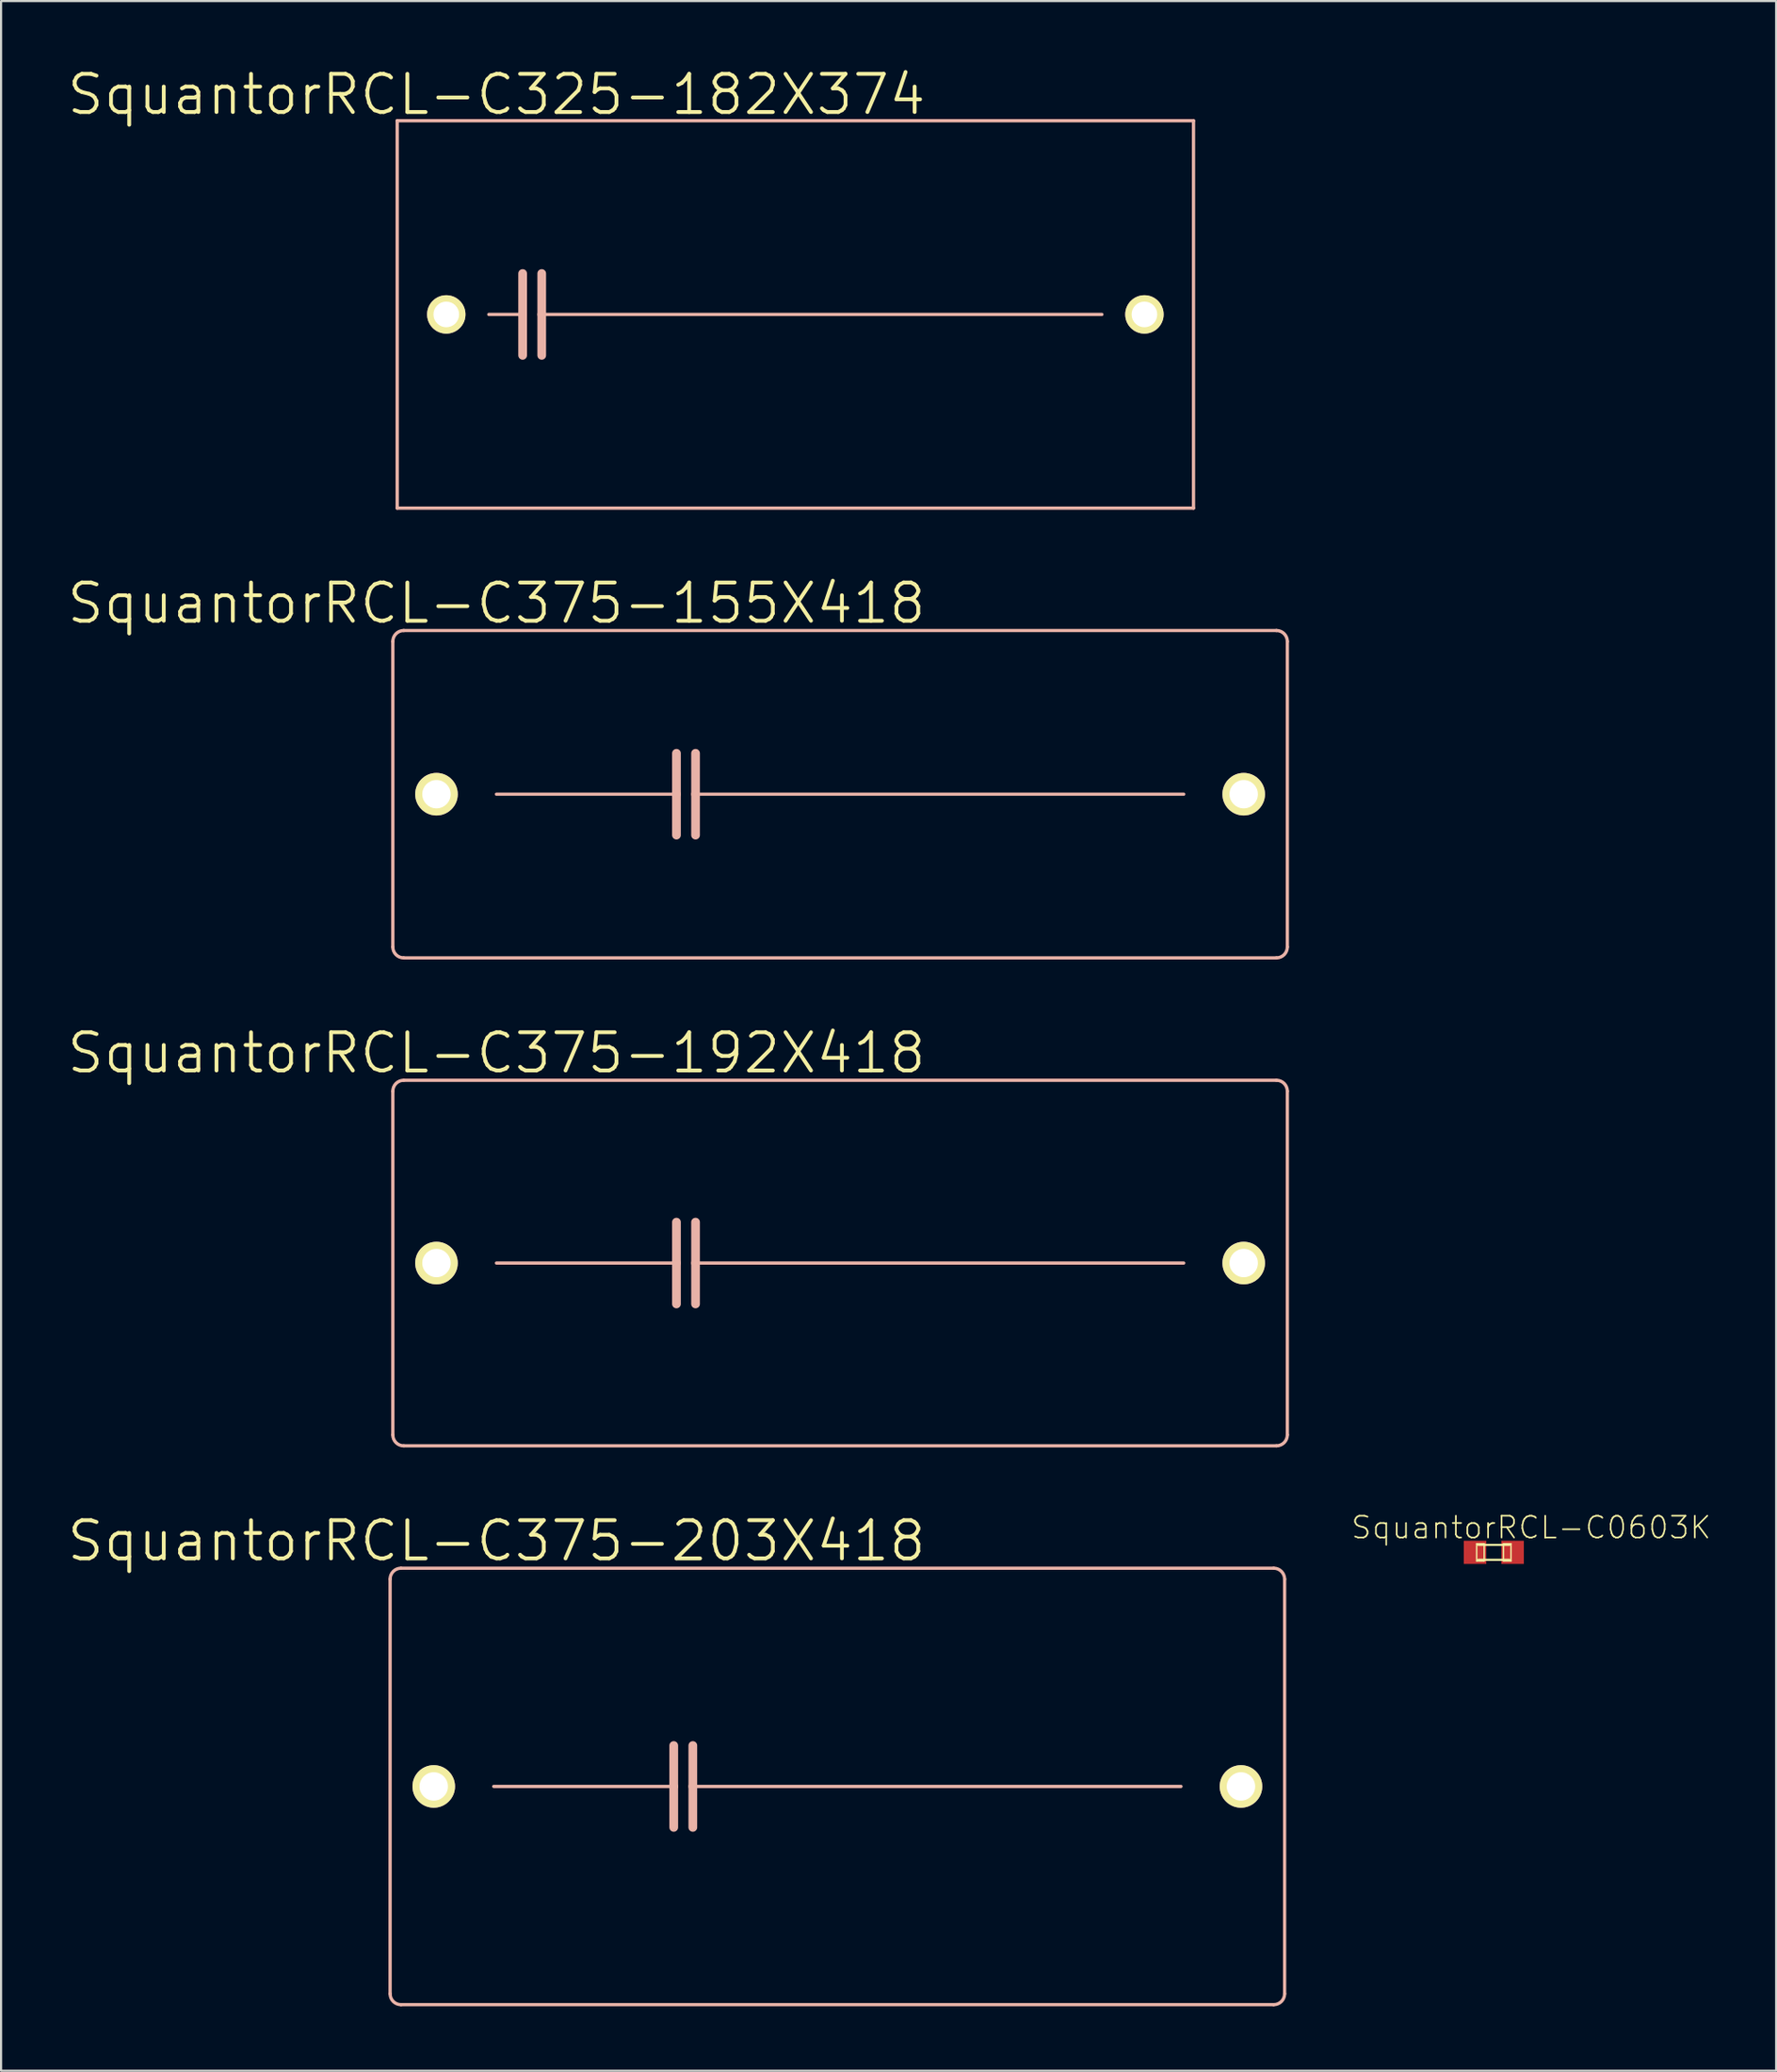
<source format=kicad_pcb>
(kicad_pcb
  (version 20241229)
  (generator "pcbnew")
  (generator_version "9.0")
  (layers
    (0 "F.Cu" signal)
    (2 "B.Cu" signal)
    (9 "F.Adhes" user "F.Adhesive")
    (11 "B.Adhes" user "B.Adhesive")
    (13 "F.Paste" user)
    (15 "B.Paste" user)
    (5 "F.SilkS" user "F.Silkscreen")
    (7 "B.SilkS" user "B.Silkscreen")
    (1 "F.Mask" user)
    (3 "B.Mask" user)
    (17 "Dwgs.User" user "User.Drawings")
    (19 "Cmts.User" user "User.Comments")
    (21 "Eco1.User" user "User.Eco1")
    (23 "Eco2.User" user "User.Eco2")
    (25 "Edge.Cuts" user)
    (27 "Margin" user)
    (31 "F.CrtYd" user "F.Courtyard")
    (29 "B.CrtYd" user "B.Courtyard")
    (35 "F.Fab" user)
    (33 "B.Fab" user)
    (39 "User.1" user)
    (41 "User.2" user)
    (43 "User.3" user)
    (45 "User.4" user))
  (footprint "SquantorRCL-C325-182X374"
    (layer "F.Cu")
    (at 33.989 11.588)
    (property "Reference" "SquantorRCL-C325-182X374" (at -13.919 -10.236 0) (layer "F.SilkS") (effects (font (size 1.778 1.778) (thickness 0.178))))
    (attr exclude_from_pos_files exclude_from_bom)
    (fp_line (start -18.542 -9.017) (end -18.542 9.017) (stroke (width 0.152) (type solid)) (layer "B.SilkS"))
    (fp_line (start -18.542 9.017) (end 18.542 9.017) (stroke (width 0.152) (type solid)) (layer "B.SilkS"))
    (fp_line (start -14.275 0) (end -12.7 0) (stroke (width 0.152) (type solid)) (layer "B.SilkS"))
    (fp_line (start -12.7 -1.905) (end -12.7 0) (stroke (width 0.406) (type solid)) (layer "B.SilkS"))
    (fp_line (start -12.7 0) (end -12.7 1.905) (stroke (width 0.406) (type solid)) (layer "B.SilkS"))
    (fp_line (start -11.811 -1.905) (end -11.811 0) (stroke (width 0.406) (type solid)) (layer "B.SilkS"))
    (fp_line (start -11.811 0) (end -11.811 1.905) (stroke (width 0.406) (type solid)) (layer "B.SilkS"))
    (fp_line (start -11.811 0) (end 14.275 0) (stroke (width 0.152) (type solid)) (layer "B.SilkS"))
    (fp_line (start 18.542 -9.017) (end -18.542 -9.017) (stroke (width 0.152) (type solid)) (layer "B.SilkS"))
    (fp_line (start 18.542 -9.017) (end 18.542 9.017) (stroke (width 0.152) (type solid)) (layer "B.SilkS"))
    (pad "1" thru_hole circle (at -16.256 0) (size 1.788 1.788) (drill 1.194) (layers "*.Cu" "F.Mask" "F.SilkS" "F.Paste"))
    (pad "2" thru_hole circle (at 16.256 0) (size 1.788 1.788) (drill 1.194) (layers "*.Cu" "F.Mask" "F.SilkS" "F.Paste")))
  (footprint "SquantorRCL-C375-192X418"
    (layer "F.Cu")
    (at 36.072 55.751)
    (property "Reference" "SquantorRCL-C375-192X418" (at -16.002 -9.779 0) (layer "F.SilkS") (effects (font (size 1.778 1.778) (thickness 0.178))))
    (attr exclude_from_pos_files exclude_from_bom)
    (fp_line (start -20.828 8.001) (end -20.828 -8.001) (stroke (width 0.152) (type solid)) (layer "B.SilkS"))
    (fp_line (start -20.32 -8.509) (end 20.32 -8.509) (stroke (width 0.152) (type solid)) (layer "B.SilkS"))
    (fp_line (start -16.002 0) (end -7.62 0) (stroke (width 0.152) (type solid)) (layer "B.SilkS"))
    (fp_line (start -7.62 -1.905) (end -7.62 0) (stroke (width 0.406) (type solid)) (layer "B.SilkS"))
    (fp_line (start -7.62 0) (end -7.62 1.905) (stroke (width 0.406) (type solid)) (layer "B.SilkS"))
    (fp_line (start -6.731 -1.905) (end -6.731 0) (stroke (width 0.406) (type solid)) (layer "B.SilkS"))
    (fp_line (start -6.731 0) (end -6.731 1.905) (stroke (width 0.406) (type solid)) (layer "B.SilkS"))
    (fp_line (start -6.731 0) (end 16.002 0) (stroke (width 0.152) (type solid)) (layer "B.SilkS"))
    (fp_line (start 20.32 8.509) (end -20.32 8.509) (stroke (width 0.152) (type solid)) (layer "B.SilkS"))
    (fp_line (start 20.828 -8.001) (end 20.828 8.001) (stroke (width 0.152) (type solid)) (layer "B.SilkS"))
    (fp_arc (start -20.828 -8.001) (mid -20.67921 -8.36021) (end -20.32 -8.509) (stroke (width 0.1524) (type solid)) (layer "B.SilkS"))
    (fp_arc (start -20.32 8.509) (mid -20.67921 8.36021) (end -20.828 8.001) (stroke (width 0.1524) (type solid)) (layer "B.SilkS"))
    (fp_arc (start 20.32 -8.509) (mid 20.67921 -8.36021) (end 20.828 -8.001) (stroke (width 0.1524) (type solid)) (layer "B.SilkS"))
    (fp_arc (start 20.828 8.001) (mid 20.67921 8.36021) (end 20.32 8.509) (stroke (width 0.1524) (type solid)) (layer "B.SilkS"))
    (pad "1" thru_hole circle (at -18.796 0) (size 1.981 1.981) (drill 1.321) (layers "*.Cu" "F.Mask" "F.SilkS" "F.Paste"))
    (pad "2" thru_hole circle (at 18.796 0) (size 1.981 1.981) (drill 1.321) (layers "*.Cu" "F.Mask" "F.SilkS" "F.Paste")))
  (footprint "SquantorRCL-C375-155X418"
    (layer "F.Cu")
    (at 36.072 33.924)
    (property "Reference" "SquantorRCL-C375-155X418" (at -16.002 -8.89 0) (layer "F.SilkS") (effects (font (size 1.778 1.778) (thickness 0.178))))
    (attr exclude_from_pos_files exclude_from_bom)
    (fp_line (start -20.828 7.112) (end -20.828 -7.112) (stroke (width 0.152) (type solid)) (layer "B.SilkS"))
    (fp_line (start -20.32 -7.62) (end 20.32 -7.62) (stroke (width 0.152) (type solid)) (layer "B.SilkS"))
    (fp_line (start -16.002 0) (end -7.62 0) (stroke (width 0.152) (type solid)) (layer "B.SilkS"))
    (fp_line (start -7.62 -1.905) (end -7.62 0) (stroke (width 0.406) (type solid)) (layer "B.SilkS"))
    (fp_line (start -7.62 0) (end -7.62 1.905) (stroke (width 0.406) (type solid)) (layer "B.SilkS"))
    (fp_line (start -6.731 -1.905) (end -6.731 0) (stroke (width 0.406) (type solid)) (layer "B.SilkS"))
    (fp_line (start -6.731 0) (end -6.731 1.905) (stroke (width 0.406) (type solid)) (layer "B.SilkS"))
    (fp_line (start -6.731 0) (end 16.002 0) (stroke (width 0.152) (type solid)) (layer "B.SilkS"))
    (fp_line (start 20.32 7.62) (end -20.32 7.62) (stroke (width 0.152) (type solid)) (layer "B.SilkS"))
    (fp_line (start 20.828 -7.112) (end 20.828 7.112) (stroke (width 0.152) (type solid)) (layer "B.SilkS"))
    (fp_arc (start -20.828 -7.112) (mid -20.67921 -7.47121) (end -20.32 -7.62) (stroke (width 0.1524) (type solid)) (layer "B.SilkS"))
    (fp_arc (start -20.32 7.62) (mid -20.67921 7.47121) (end -20.828 7.112) (stroke (width 0.1524) (type solid)) (layer "B.SilkS"))
    (fp_arc (start 20.32 -7.62) (mid 20.67921 -7.47121) (end 20.828 -7.112) (stroke (width 0.1524) (type solid)) (layer "B.SilkS"))
    (fp_arc (start 20.828 7.112) (mid 20.67921 7.47121) (end 20.32 7.62) (stroke (width 0.1524) (type solid)) (layer "B.SilkS"))
    (pad "1" thru_hole circle (at -18.796 0) (size 1.981 1.981) (drill 1.321) (layers "*.Cu" "F.Mask" "F.SilkS" "F.Paste"))
    (pad "2" thru_hole circle (at 18.796 0) (size 1.981 1.981) (drill 1.321) (layers "*.Cu" "F.Mask" "F.SilkS" "F.Paste")))
  (footprint "SquantorRCL-C0603K"
    (layer "F.Cu")
    (at 66.516 69.22)
    (property "Reference" "SquantorRCL-C0603K" (at 1.74 -1.156 0) (layer "F.SilkS") (effects (font (size 1.016 1.016) (thickness 0.076))))
    (attr smd)
    (fp_line (start -0.798 -0.399) (end -0.45 -0.399) (stroke (width 0.066) (type solid)) (layer "F.SilkS"))
    (fp_line (start -0.798 0.399) (end -0.798 -0.399) (stroke (width 0.066) (type solid)) (layer "F.SilkS"))
    (fp_line (start -0.798 0.399) (end -0.45 0.399) (stroke (width 0.066) (type solid)) (layer "F.SilkS"))
    (fp_line (start -0.724 -0.348) (end 0.724 -0.348) (stroke (width 0.102) (type solid)) (layer "F.SilkS"))
    (fp_line (start -0.45 0.399) (end -0.45 -0.399) (stroke (width 0.066) (type solid)) (layer "F.SilkS"))
    (fp_line (start 0.45 -0.399) (end 0.798 -0.399) (stroke (width 0.066) (type solid)) (layer "F.SilkS"))
    (fp_line (start 0.45 0.399) (end 0.45 -0.399) (stroke (width 0.066) (type solid)) (layer "F.SilkS"))
    (fp_line (start 0.45 0.399) (end 0.798 0.399) (stroke (width 0.066) (type solid)) (layer "F.SilkS"))
    (fp_line (start 0.724 0.348) (end -0.724 0.348) (stroke (width 0.102) (type solid)) (layer "F.SilkS"))
    (fp_line (start 0.798 0.399) (end 0.798 -0.399) (stroke (width 0.066) (type solid)) (layer "F.SilkS"))
    (pad "1" smd rect (at -0.874 0) (size 1.049 1.079) (layers "F.Cu" "F.Mask" "F.Paste"))
    (pad "2" smd rect (at 0.874 0) (size 1.049 1.079) (layers "F.Cu" "F.Mask" "F.Paste")))
  (footprint "SquantorRCL-C375-203X418"
    (layer "F.Cu")
    (at 35.945 80.118)
    (property "Reference" "SquantorRCL-C375-203X418" (at -15.875 -11.43 0) (layer "F.SilkS") (effects (font (size 1.778 1.778) (thickness 0.178))))
    (attr exclude_from_pos_files exclude_from_bom)
    (fp_line (start -20.828 9.652) (end -20.828 -9.652) (stroke (width 0.152) (type solid)) (layer "B.SilkS"))
    (fp_line (start -20.32 -10.16) (end 20.32 -10.16) (stroke (width 0.152) (type solid)) (layer "B.SilkS"))
    (fp_line (start -16.002 0) (end -7.62 0) (stroke (width 0.152) (type solid)) (layer "B.SilkS"))
    (fp_line (start -7.62 -1.905) (end -7.62 0) (stroke (width 0.406) (type solid)) (layer "B.SilkS"))
    (fp_line (start -7.62 0) (end -7.62 1.905) (stroke (width 0.406) (type solid)) (layer "B.SilkS"))
    (fp_line (start -6.731 -1.905) (end -6.731 0) (stroke (width 0.406) (type solid)) (layer "B.SilkS"))
    (fp_line (start -6.731 0) (end -6.731 1.905) (stroke (width 0.406) (type solid)) (layer "B.SilkS"))
    (fp_line (start -6.731 0) (end 16.002 0) (stroke (width 0.152) (type solid)) (layer "B.SilkS"))
    (fp_line (start 20.32 10.16) (end -20.32 10.16) (stroke (width 0.152) (type solid)) (layer "B.SilkS"))
    (fp_line (start 20.828 -9.652) (end 20.828 9.652) (stroke (width 0.152) (type solid)) (layer "B.SilkS"))
    (fp_arc (start -20.828 -9.652) (mid -20.67921 -10.01121) (end -20.32 -10.16) (stroke (width 0.1524) (type solid)) (layer "B.SilkS"))
    (fp_arc (start -20.32 10.16) (mid -20.67921 10.01121) (end -20.828 9.652) (stroke (width 0.1524) (type solid)) (layer "B.SilkS"))
    (fp_arc (start 20.32 -10.16) (mid 20.67921 -10.01121) (end 20.828 -9.652) (stroke (width 0.1524) (type solid)) (layer "B.SilkS"))
    (fp_arc (start 20.828 9.652) (mid 20.67921 10.01121) (end 20.32 10.16) (stroke (width 0.1524) (type solid)) (layer "B.SilkS"))
    (pad "1" thru_hole circle (at -18.796 0) (size 1.981 1.981) (drill 1.321) (layers "*.Cu" "F.Mask" "F.SilkS" "F.Paste"))
    (pad "2" thru_hole circle (at 18.796 0) (size 1.981 1.981) (drill 1.321) (layers "*.Cu" "F.Mask" "F.SilkS" "F.Paste")))
  (gr_rect
    (start -3 -3)
    (end 79.663 93.355)
    (stroke (width 0.1) (type default))
    (fill no)
    (layer "Edge.Cuts")))
</source>
